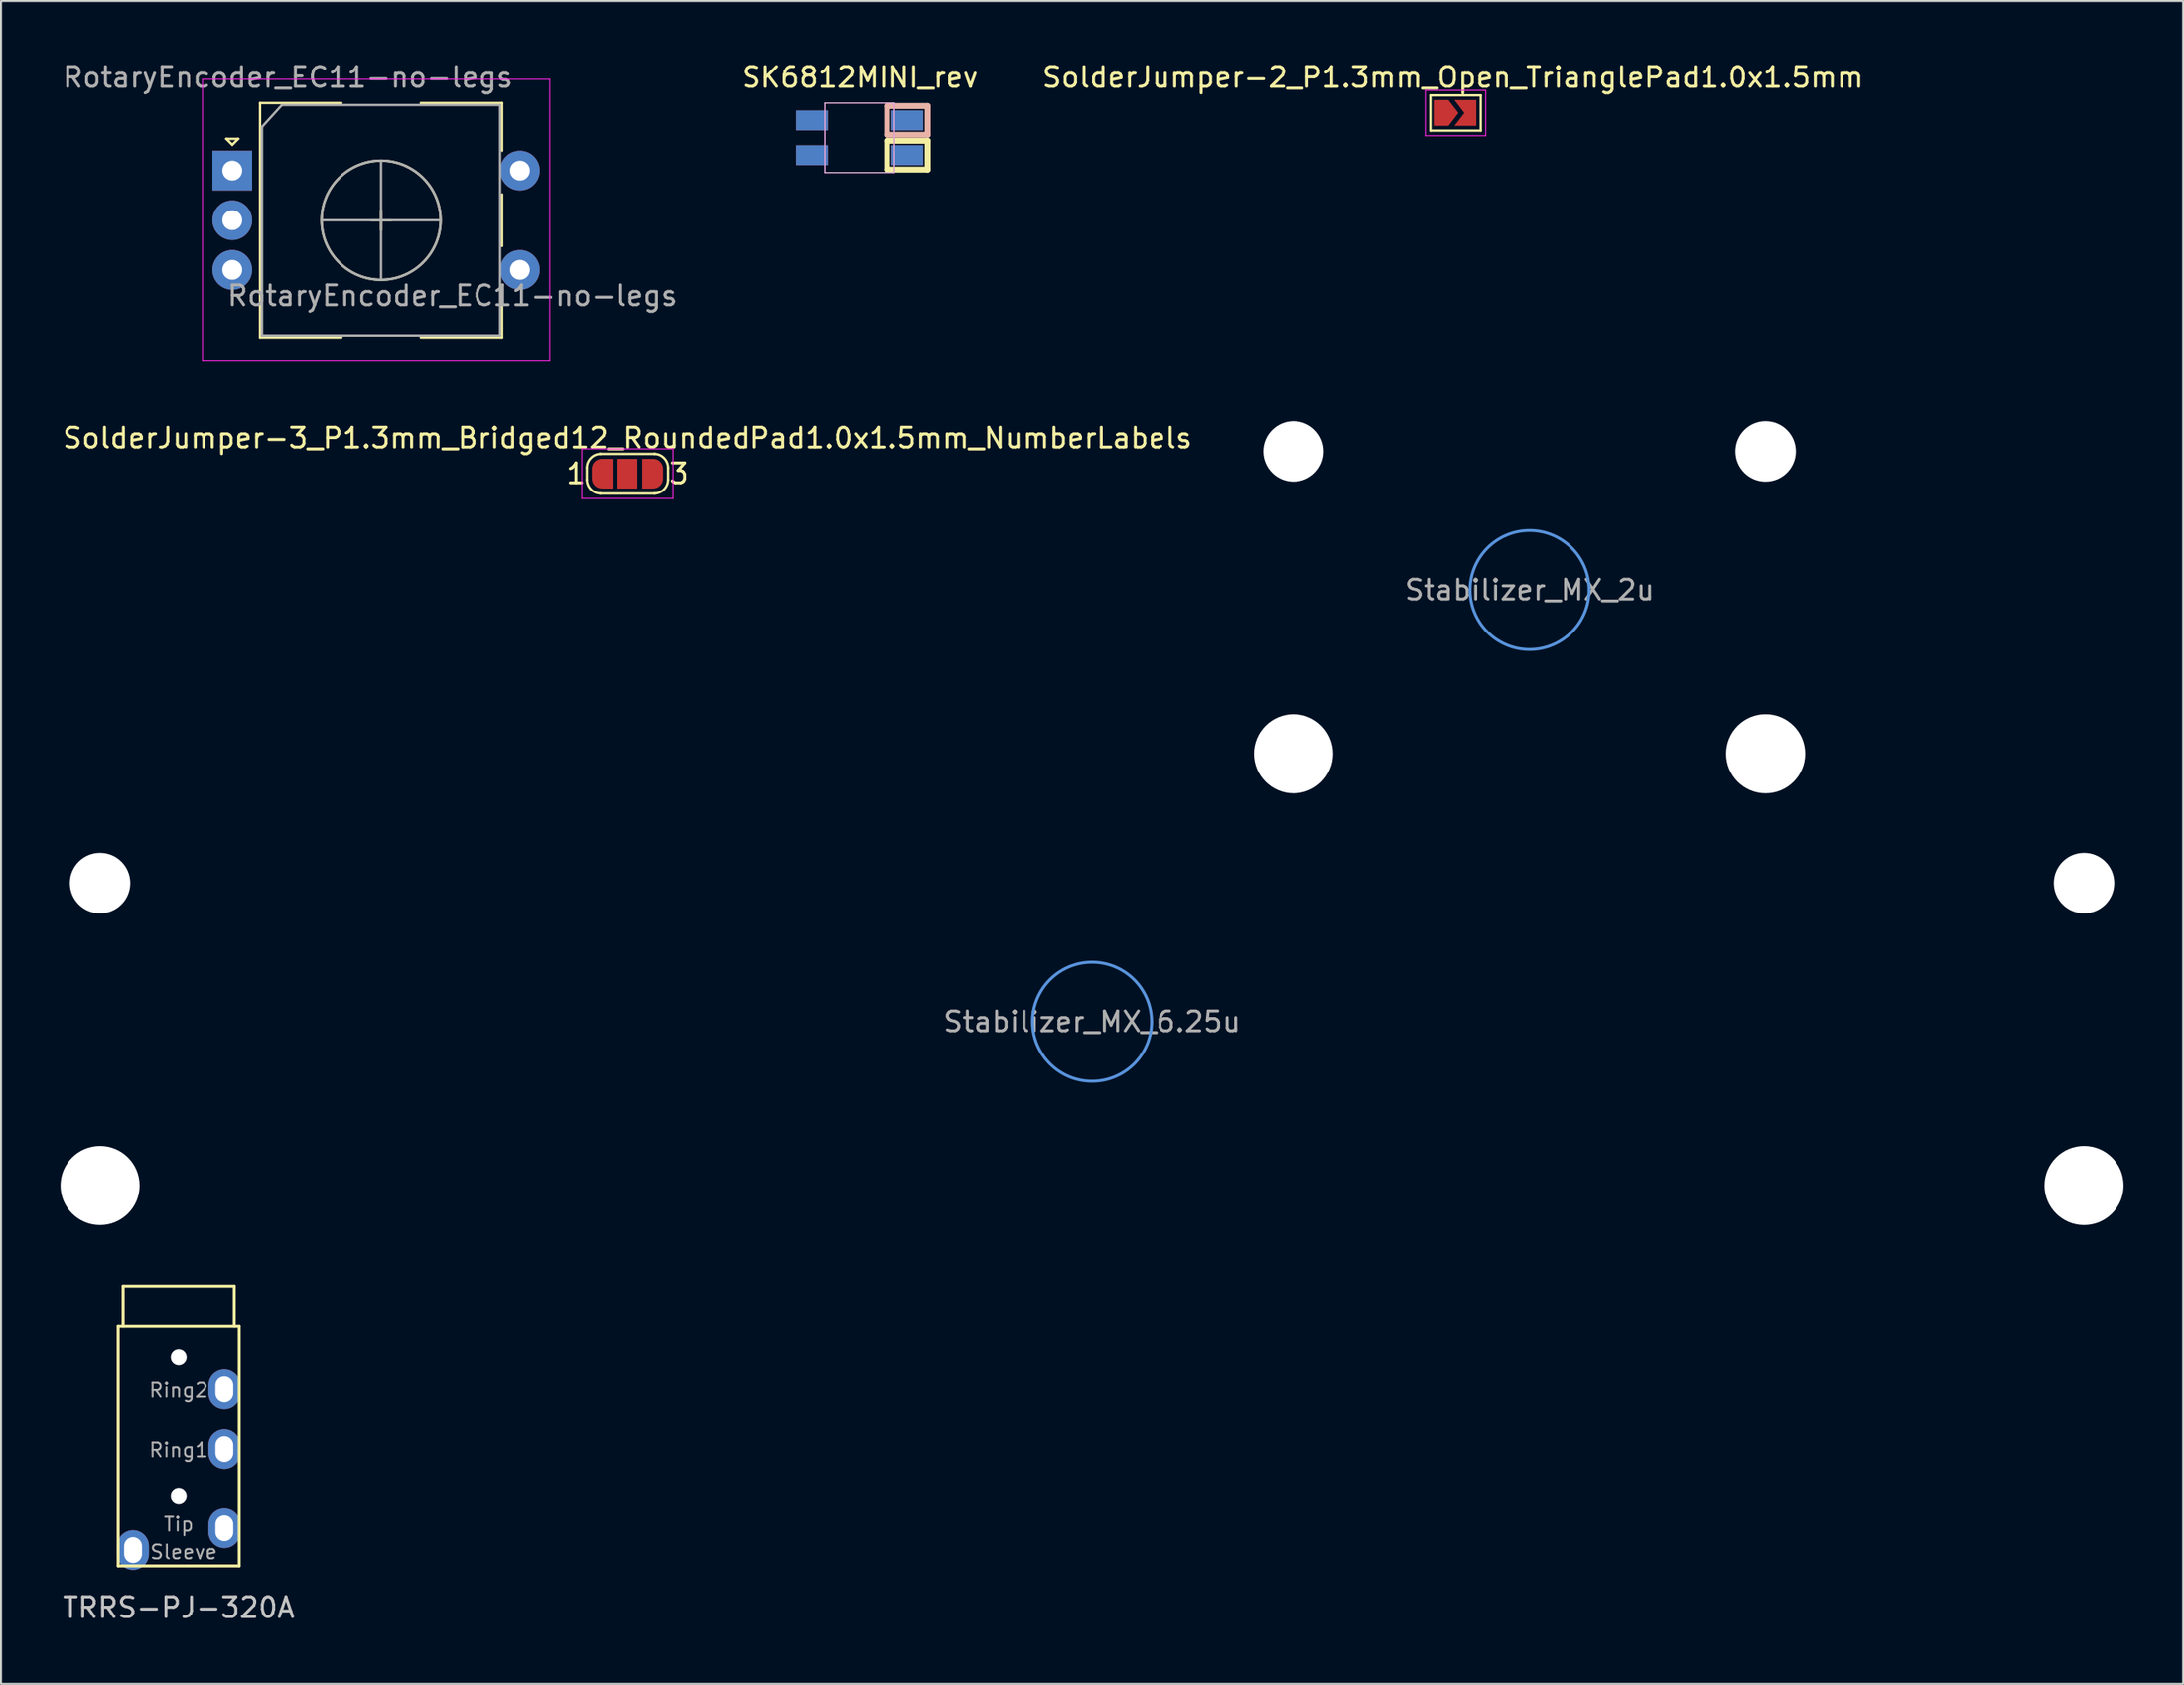
<source format=kicad_pcb>
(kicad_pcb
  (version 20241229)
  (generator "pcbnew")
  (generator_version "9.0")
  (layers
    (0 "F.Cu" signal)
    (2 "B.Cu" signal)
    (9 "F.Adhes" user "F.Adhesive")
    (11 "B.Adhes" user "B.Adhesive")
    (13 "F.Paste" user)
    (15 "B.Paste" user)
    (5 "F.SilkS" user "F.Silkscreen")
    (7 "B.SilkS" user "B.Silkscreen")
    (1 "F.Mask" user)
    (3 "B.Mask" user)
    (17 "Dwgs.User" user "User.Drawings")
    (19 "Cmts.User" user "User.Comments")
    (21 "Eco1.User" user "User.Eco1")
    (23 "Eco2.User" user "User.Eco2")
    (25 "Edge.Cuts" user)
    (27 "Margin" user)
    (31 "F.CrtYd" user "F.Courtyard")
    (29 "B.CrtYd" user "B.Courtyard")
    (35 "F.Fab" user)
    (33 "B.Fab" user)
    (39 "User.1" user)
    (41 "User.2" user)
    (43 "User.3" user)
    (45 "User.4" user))
  (footprint "TRRS-PJ-320A"
    (layer "F.Cu")
    (at 5.958 63.764)
    (property "Reference" "TRRS-PJ-320A" (at 0 14.2 0) (layer "Dwgs.User") (effects (font (size 1 1) (thickness 0.15))))
    (attr through_hole)
    (fp_line (start -3.05 0) (end -3.05 12.1) (stroke (width 0.15) (type solid)) (layer "F.SilkS"))
    (fp_line (start -2.8 0) (end -2.8 -2) (stroke (width 0.15) (type solid)) (layer "F.SilkS"))
    (fp_line (start 2.8 -2) (end -2.8 -2) (stroke (width 0.15) (type solid)) (layer "F.SilkS"))
    (fp_line (start 2.8 0) (end 2.8 -2) (stroke (width 0.15) (type solid)) (layer "F.SilkS"))
    (fp_line (start 3.05 0) (end -3.05 0) (stroke (width 0.15) (type solid)) (layer "F.SilkS"))
    (fp_line (start 3.05 0) (end 3.05 12.1) (stroke (width 0.15) (type solid)) (layer "F.SilkS"))
    (fp_line (start 3.05 12.1) (end -3.05 12.1) (stroke (width 0.15) (type solid)) (layer "F.SilkS"))
    (fp_text user "Sleeve" (at 0.25 11.4 0) (layer "F.Fab") (effects (font (size 0.7 0.7) (thickness 0.1))))
    (fp_text user "Tip" (at 0 10 0) (layer "F.Fab") (effects (font (size 0.7 0.7) (thickness 0.1))))
    (fp_text user "Ring2" (at 0 3.25 0) (layer "F.Fab") (effects (font (size 0.7 0.7) (thickness 0.1))))
    (fp_text user "Ring1" (at 0 6.25 0) (layer "F.Fab") (effects (font (size 0.7 0.7) (thickness 0.1))))
    (pad "" np_thru_hole circle (at 0 1.6) (size 0.8 0.8) (drill 0.8) (layers "*.Cu" "*.Mask"))
    (pad "" np_thru_hole circle (at 0 8.6) (size 0.8 0.8) (drill 0.8) (layers "*.Cu" "*.Mask"))
    (pad "R1" thru_hole oval (at 2.3 6.2) (size 1.6 2) (drill oval 0.9 1.3) (layers "*.Cu" "*.Mask"))
    (pad "R2" thru_hole oval (at 2.3 3.2) (size 1.6 2) (drill oval 0.9 1.3) (layers "*.Cu" "*.Mask"))
    (pad "S" thru_hole oval (at -2.3 11.3) (size 1.6 2) (drill oval 0.9 1.3) (layers "*.Cu" "*.Mask"))
    (pad "T" thru_hole oval (at 2.3 10.2) (size 1.6 2) (drill oval 0.9 1.3) (layers "*.Cu" "*.Mask")))
  (footprint "SolderJumper-2_P1.3mm_Open_TrianglePad1.0x1.5mm"
    (layer "F.Cu")
    (at 70.187 2.648)
    (property "Reference" "SolderJumper-2_P1.3mm_Open_TrianglePad1.0x1.5mm" (at 0 -1.8 0) (layer "F.SilkS") (effects (font (size 1 1) (thickness 0.15))))
    (attr exclude_from_pos_files exclude_from_bom)
    (fp_line (start -1.143 -0.889) (end 1.4 -0.889) (stroke (width 0.12) (type solid)) (layer "F.SilkS"))
    (fp_line (start -1.143 0.889) (end -1.143 -0.889) (stroke (width 0.12) (type solid)) (layer "F.SilkS"))
    (fp_line (start 1.4 -0.889) (end 1.4 0.889) (stroke (width 0.12) (type solid)) (layer "F.SilkS"))
    (fp_line (start 1.4 0.889) (end -1.143 0.889) (stroke (width 0.12) (type solid)) (layer "F.SilkS"))
    (fp_line (start -1.397 -1.143) (end -1.397 1.143) (stroke (width 0.05) (type solid)) (layer "F.CrtYd"))
    (fp_line (start -1.397 -1.143) (end 1.651 -1.143) (stroke (width 0.05) (type solid)) (layer "F.CrtYd"))
    (fp_line (start 1.651 1.143) (end -1.397 1.143) (stroke (width 0.05) (type solid)) (layer "F.CrtYd"))
    (fp_line (start 1.651 1.143) (end 1.651 -1.143) (stroke (width 0.05) (type solid)) (layer "F.CrtYd"))
    (pad "1" smd custom (at -0.725 0) (size 0.3 0.3) (layers "F.Cu" "F.Mask") (options (anchor rect)) (primitives (gr_poly (pts (xy -0.2 -0.65) (xy 0.5 -0.65) (xy 1 0) (xy 0.5 0.65) (xy -0.2 0.65)) (width 0) (fill yes))))
    (pad "2" smd custom (at 0.725 0) (size 0.2 0.2) (layers "F.Cu" "F.Mask") (options (anchor rect)) (primitives (gr_poly (pts (xy -0.65 -0.65) (xy 0.45 -0.65) (xy 0.45 0.65) (xy -0.65 0.65) (xy -0.15 0)) (width 0) (fill yes)))))
  (footprint "SolderJumper-3_P1.3mm_Bridged12_RoundedPad1.0x1.5mm_NumberLabels"
    (layer "F.Cu")
    (at 28.577 20.822)
    (property "Reference" "SolderJumper-3_P1.3mm_Bridged12_RoundedPad1.0x1.5mm_NumberLabels" (at 0 -1.8 0) (layer "F.SilkS") (effects (font (size 1 1) (thickness 0.15))))
    (attr exclude_from_pos_files exclude_from_bom)
    (fp_line (start -2.05 0.3) (end -2.05 -0.3) (stroke (width 0.12) (type solid)) (layer "F.SilkS"))
    (fp_line (start -1.4 -1) (end 1.4 -1) (stroke (width 0.12) (type solid)) (layer "F.SilkS"))
    (fp_line (start 1.4 1) (end -1.4 1) (stroke (width 0.12) (type solid)) (layer "F.SilkS"))
    (fp_line (start 2.05 -0.3) (end 2.05 0.3) (stroke (width 0.12) (type solid)) (layer "F.SilkS"))
    (fp_arc (start -2.05 -0.3) (mid -1.844975 -0.794975) (end -1.35 -1) (stroke (width 0.12) (type solid)) (layer "F.SilkS"))
    (fp_arc (start -1.35 1) (mid -1.844975 0.794975) (end -2.05 0.3) (stroke (width 0.12) (type solid)) (layer "F.SilkS"))
    (fp_arc (start 1.35 -1) (mid 1.844975 -0.794975) (end 2.05 -0.3) (stroke (width 0.12) (type solid)) (layer "F.SilkS"))
    (fp_arc (start 2.05 0.3) (mid 1.844975 0.794975) (end 1.35 1) (stroke (width 0.12) (type solid)) (layer "F.SilkS"))
    (fp_line (start -2.3 -1.25) (end -2.3 1.25) (stroke (width 0.05) (type solid)) (layer "F.CrtYd"))
    (fp_line (start -2.3 -1.25) (end 2.3 -1.25) (stroke (width 0.05) (type solid)) (layer "F.CrtYd"))
    (fp_line (start 2.3 1.25) (end -2.3 1.25) (stroke (width 0.05) (type solid)) (layer "F.CrtYd"))
    (fp_line (start 2.3 1.25) (end 2.3 -1.25) (stroke (width 0.05) (type solid)) (layer "F.CrtYd"))
    (fp_text user "1" (at -2.6 0 0) (layer "F.SilkS") (effects (font (size 1 1) (thickness 0.15))))
    (fp_text user "3" (at 2.6 0 0) (layer "F.SilkS") (effects (font (size 1 1) (thickness 0.15))))
    (pad "1" smd custom (at -1.3 0) (size 1 0.5) (layers "F.Cu" "F.Mask") (options (anchor rect)) (primitives (gr_poly (pts (xy 0.55 -0.75) (xy 0 -0.75) (xy 0 0.75) (xy 0.55 0.75)) (width 0) (fill yes)) (gr_circle (center 0 0.25) (end 0.5 0.25) (width 0) (fill yes)) (gr_circle (center 0 -0.25) (end 0.5 -0.25) (width 0) (fill yes))))
    (pad "2" smd rect (at 0 0) (size 1 1.5) (layers "F.Cu" "F.Mask"))
    (pad "3" smd custom (at 1.3 0) (size 1 0.5) (layers "F.Cu" "F.Mask") (options (anchor rect)) (primitives (gr_circle (center 0 0.25) (end 0.5 0.25) (width 0) (fill yes)) (gr_circle (center 0 -0.25) (end 0.5 -0.25) (width 0) (fill yes)) (gr_poly (pts (xy -0.55 -0.75) (xy 0 -0.75) (xy 0 0.75) (xy -0.55 0.75)) (width 0) (fill yes)))))
  (footprint "SK6812MINI_rev"
    (layer "F.Cu")
    (at 40.284 3.898)
    (property "Reference" "SK6812MINI_rev" (at 0.01 -3.05 0) (layer "F.SilkS") (effects (font (size 1 1) (thickness 0.15))))
    (attr exclude_from_pos_files exclude_from_bom)
    (fp_line (start 1.38 0.15) (end 3.43 0.15) (stroke (width 0.3) (type solid)) (layer "F.SilkS"))
    (fp_line (start 1.38 1.6) (end 1.38 0.15) (stroke (width 0.3) (type solid)) (layer "F.SilkS"))
    (fp_line (start 3.43 0.15) (end 3.43 1.6) (stroke (width 0.3) (type solid)) (layer "F.SilkS"))
    (fp_line (start 3.43 1.6) (end 1.38 1.6) (stroke (width 0.3) (type solid)) (layer "F.SilkS"))
    (fp_line (start 1.38 -1.6) (end 3.43 -1.6) (stroke (width 0.3) (type solid)) (layer "B.SilkS"))
    (fp_line (start 1.38 -0.15) (end 1.38 -1.6) (stroke (width 0.3) (type solid)) (layer "B.SilkS"))
    (fp_line (start 3.43 -1.6) (end 3.43 -0.15) (stroke (width 0.3) (type solid)) (layer "B.SilkS"))
    (fp_line (start 3.43 -0.15) (end 1.38 -0.15) (stroke (width 0.3) (type solid)) (layer "B.SilkS"))
    (fp_line (start -1.75 -1.75) (end -1.75 1.75) (stroke (width 0.05) (type solid)) (layer "Edge.Cuts"))
    (fp_line (start -1.75 -1.75) (end 1.75 -1.75) (stroke (width 0.05) (type solid)) (layer "Edge.Cuts"))
    (fp_line (start 1.75 -1.75) (end 1.75 1.75) (stroke (width 0.05) (type solid)) (layer "Edge.Cuts"))
    (fp_line (start 1.75 1.75) (end -1.75 1.75) (stroke (width 0.05) (type solid)) (layer "Edge.Cuts"))
    (fp_line (start -1.75 -1.75) (end -1.75 1.75) (stroke (width 0.05) (type solid)) (layer "F.CrtYd"))
    (fp_line (start -1.75 1.75) (end 1.75 1.75) (stroke (width 0.05) (type solid)) (layer "F.CrtYd"))
    (fp_line (start 1.75 -1.75) (end -1.75 -1.75) (stroke (width 0.05) (type solid)) (layer "F.CrtYd"))
    (fp_line (start 1.75 1.75) (end 1.75 -1.75) (stroke (width 0.05) (type solid)) (layer "F.CrtYd"))
    (pad "1" smd rect (at -2.4 -0.875) (size 1.6 1) (layers "B.Cu" "B.Mask" "B.Paste"))
    (pad "1" smd rect (at -2.4 0.875) (size 1.6 1) (layers "F.Cu" "F.Mask" "F.Paste"))
    (pad "2" smd rect (at -2.4 -0.875) (size 1.6 1) (layers "F.Cu" "F.Mask" "F.Paste"))
    (pad "2" smd rect (at -2.4 0.875) (size 1.6 1) (layers "B.Cu" "B.Mask" "B.Paste"))
    (pad "3" smd rect (at 2.4 -0.875) (size 1.6 1) (layers "F.Cu" "F.Mask" "F.Paste"))
    (pad "3" smd rect (at 2.4 0.875) (size 1.6 1) (layers "B.Cu" "B.Mask" "B.Paste"))
    (pad "4" smd rect (at 2.4 -0.875) (size 1.6 1) (layers "B.Cu" "B.Mask" "B.Paste"))
    (pad "4" smd rect (at 2.4 0.875) (size 1.6 1) (layers "F.Cu" "F.Mask" "F.Paste")))
  (footprint "Stabilizer_MX_6.25u"
    (layer "F.Cu")
    (at 51.994 48.44)
    (property "Reference" "Stabilizer_MX_6.25u" (at 0 0 0) (layer "F.Fab") (effects (font (size 1 1) (thickness 0.15))))
    (attr through_hole)
    (fp_circle (center 0 0) (end 3 0) (stroke (width 0.15) (type solid)) (fill no) (layer "Cmts.User"))
    (pad "" np_thru_hole circle (at -50 -6.985) (size 3.048 3.048) (drill 3.048) (layers "*.Cu" "*.Mask"))
    (pad "" np_thru_hole circle (at -50 8.255) (size 3.988 3.988) (drill 3.988) (layers "*.Cu" "*.Mask"))
    (pad "" np_thru_hole circle (at 50 -6.985) (size 3.048 3.048) (drill 3.048) (layers "*.Cu" "*.Mask"))
    (pad "" np_thru_hole circle (at 50 8.255) (size 3.988 3.988) (drill 3.988) (layers "*.Cu" "*.Mask")))
  (footprint "RotaryEncoder_EC11-no-legs"
    (layer "F.Cu")
    (at 16.158 8.048)
    (property "Reference" "RotaryEncoder_EC11-no-legs" (at -4.7 -7.2 0) (layer "F.Fab") (effects (font (size 1 1) (thickness 0.15))))
    (attr through_hole)
    (fp_line (start -7.8 -4.1) (end -7.2 -4.1) (stroke (width 0.12) (type solid)) (layer "F.SilkS"))
    (fp_line (start -7.5 -3.8) (end -7.8 -4.1) (stroke (width 0.12) (type solid)) (layer "F.SilkS"))
    (fp_line (start -7.2 -4.1) (end -7.5 -3.8) (stroke (width 0.12) (type solid)) (layer "F.SilkS"))
    (fp_line (start -6.1 -5.9) (end -6.1 5.9) (stroke (width 0.12) (type solid)) (layer "F.SilkS"))
    (fp_line (start -2 -5.9) (end -6.1 -5.9) (stroke (width 0.12) (type solid)) (layer "F.SilkS"))
    (fp_line (start -2 5.9) (end -6.1 5.9) (stroke (width 0.12) (type solid)) (layer "F.SilkS"))
    (fp_line (start -0.5 0) (end 0.5 0) (stroke (width 0.12) (type solid)) (layer "F.SilkS"))
    (fp_line (start 0 -0.5) (end 0 0.5) (stroke (width 0.12) (type solid)) (layer "F.SilkS"))
    (fp_line (start 2 -5.9) (end 6.1 -5.9) (stroke (width 0.12) (type solid)) (layer "F.SilkS"))
    (fp_line (start 6.1 -5.9) (end 6.1 -3.5) (stroke (width 0.12) (type solid)) (layer "F.SilkS"))
    (fp_line (start 6.1 -1.3) (end 6.1 1.3) (stroke (width 0.12) (type solid)) (layer "F.SilkS"))
    (fp_line (start 6.1 3.5) (end 6.1 5.9) (stroke (width 0.12) (type solid)) (layer "F.SilkS"))
    (fp_line (start 6.1 5.9) (end 2 5.9) (stroke (width 0.12) (type solid)) (layer "F.SilkS"))
    (fp_circle (center 0 0) (end 3 0) (stroke (width 0.12) (type solid)) (fill no) (layer "F.SilkS"))
    (fp_line (start -9 -7.1) (end -9 7.1) (stroke (width 0.05) (type solid)) (layer "F.CrtYd"))
    (fp_line (start -9 -7.1) (end 8.5 -7.1) (stroke (width 0.05) (type solid)) (layer "F.CrtYd"))
    (fp_line (start 8.5 7.1) (end -9 7.1) (stroke (width 0.05) (type solid)) (layer "F.CrtYd"))
    (fp_line (start 8.5 7.1) (end 8.5 -7.1) (stroke (width 0.05) (type solid)) (layer "F.CrtYd"))
    (fp_line (start -6 -4.7) (end -5 -5.8) (stroke (width 0.12) (type solid)) (layer "F.Fab"))
    (fp_line (start -6 5.8) (end -6 -4.7) (stroke (width 0.12) (type solid)) (layer "F.Fab"))
    (fp_line (start -5 -5.8) (end 6 -5.8) (stroke (width 0.12) (type solid)) (layer "F.Fab"))
    (fp_line (start -3 0) (end 3 0) (stroke (width 0.12) (type solid)) (layer "F.Fab"))
    (fp_line (start 0 -3) (end 0 3) (stroke (width 0.12) (type solid)) (layer "F.Fab"))
    (fp_line (start 6 -5.8) (end 6 5.8) (stroke (width 0.12) (type solid)) (layer "F.Fab"))
    (fp_line (start 6 5.8) (end -6 5.8) (stroke (width 0.12) (type solid)) (layer "F.Fab"))
    (fp_circle (center 0 0) (end 3 0) (stroke (width 0.12) (type solid)) (fill no) (layer "F.Fab"))
    (fp_text user "${REFERENCE}" (at 3.6 3.8 0) (layer "F.Fab") (effects (font (size 1 1) (thickness 0.15))))
    (pad "A" thru_hole rect (at -7.5 -2.5) (size 2 2) (drill 1) (layers "*.Cu" "*.Mask"))
    (pad "B" thru_hole circle (at -7.5 2.5) (size 2 2) (drill 1) (layers "*.Cu" "*.Mask"))
    (pad "C" thru_hole circle (at -7.5 0) (size 2 2) (drill 1) (layers "*.Cu" "*.Mask"))
    (pad "S1" thru_hole circle (at 7 2.5) (size 2 2) (drill 1) (layers "*.Cu" "*.Mask"))
    (pad "S2" thru_hole circle (at 7 -2.5) (size 2 2) (drill 1) (layers "*.Cu" "*.Mask")))
  (footprint "Stabilizer_MX_2u"
    (layer "F.Cu")
    (at 74.049 26.682)
    (property "Reference" "Stabilizer_MX_2u" (at 0 0 0) (layer "F.Fab") (effects (font (size 1 1) (thickness 0.15))))
    (attr through_hole)
    (fp_circle (center 0 0) (end 3 0) (stroke (width 0.15) (type solid)) (fill no) (layer "Cmts.User"))
    (pad "" np_thru_hole circle (at -11.9 -6.985) (size 3.048 3.048) (drill 3.048) (layers "*.Cu" "*.Mask"))
    (pad "" np_thru_hole circle (at -11.9 8.255) (size 3.988 3.988) (drill 3.988) (layers "*.Cu" "*.Mask"))
    (pad "" np_thru_hole circle (at 11.9 -6.985) (size 3.048 3.048) (drill 3.048) (layers "*.Cu" "*.Mask"))
    (pad "" np_thru_hole circle (at 11.9 8.255) (size 3.988 3.988) (drill 3.988) (layers "*.Cu" "*.Mask")))
  (gr_rect
    (start -3 -3)
    (end 106.988 81.812)
    (stroke (width 0.1) (type default))
    (fill no)
    (layer "Edge.Cuts")))
</source>
